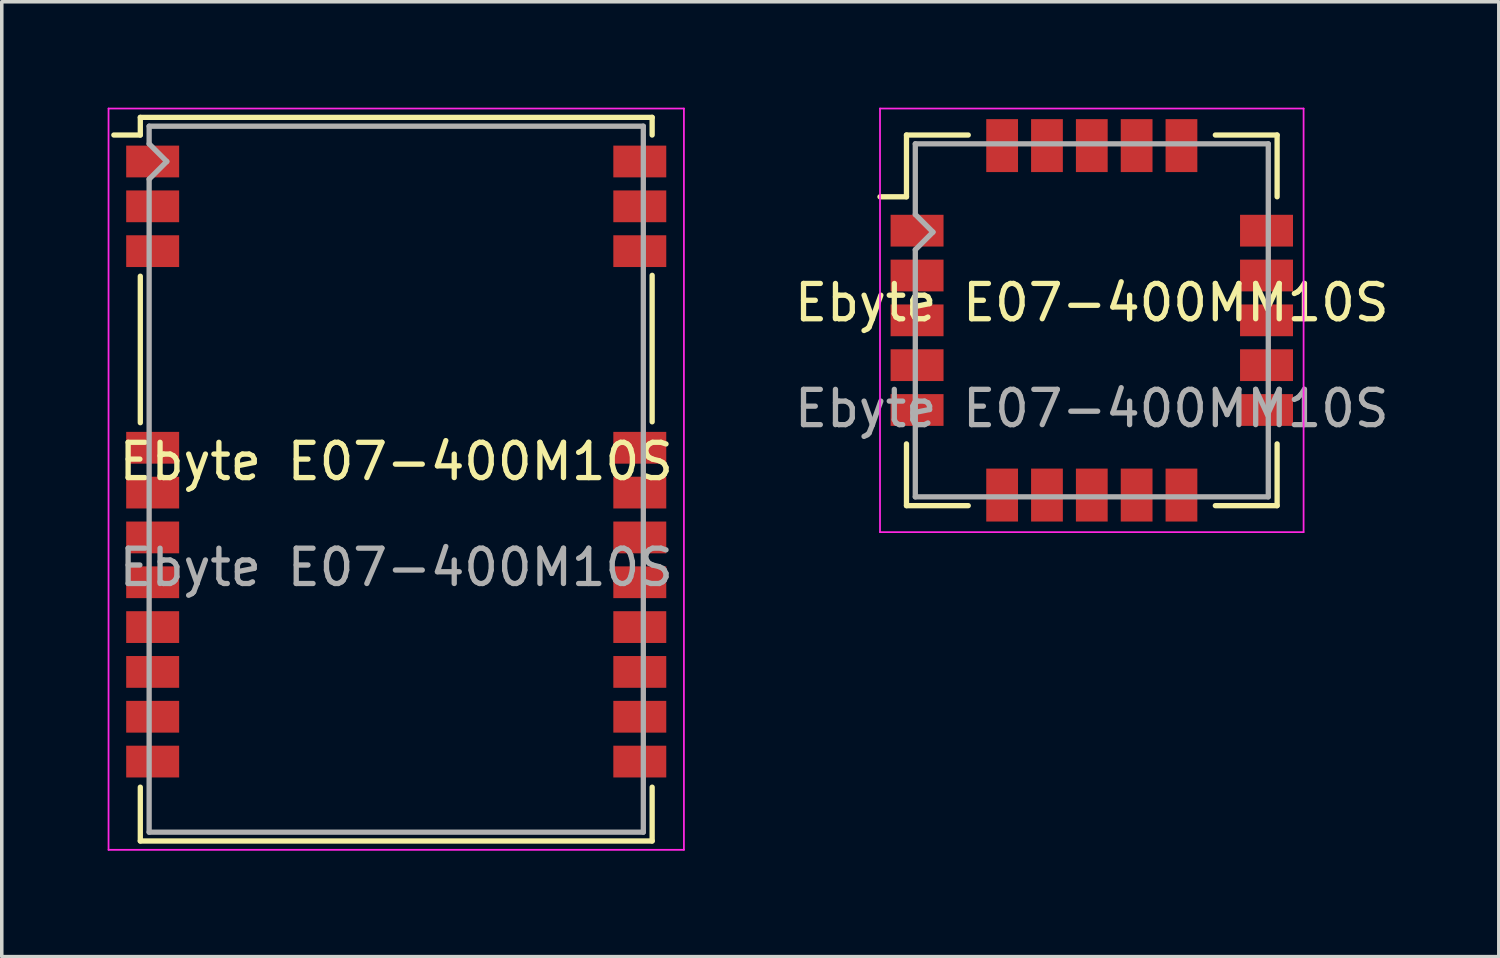
<source format=kicad_pcb>
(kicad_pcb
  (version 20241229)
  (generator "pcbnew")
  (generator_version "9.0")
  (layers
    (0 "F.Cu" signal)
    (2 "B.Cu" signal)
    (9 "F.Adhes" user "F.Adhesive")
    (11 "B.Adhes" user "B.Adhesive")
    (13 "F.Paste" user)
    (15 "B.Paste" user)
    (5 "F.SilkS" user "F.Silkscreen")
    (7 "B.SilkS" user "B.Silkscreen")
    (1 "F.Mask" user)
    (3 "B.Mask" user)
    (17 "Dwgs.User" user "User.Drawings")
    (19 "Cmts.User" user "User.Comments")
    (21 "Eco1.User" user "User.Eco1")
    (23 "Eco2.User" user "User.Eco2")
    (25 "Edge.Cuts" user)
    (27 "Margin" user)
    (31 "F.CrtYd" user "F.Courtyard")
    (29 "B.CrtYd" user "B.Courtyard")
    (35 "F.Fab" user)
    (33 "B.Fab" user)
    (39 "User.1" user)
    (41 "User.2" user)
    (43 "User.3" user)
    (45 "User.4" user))
  (footprint "Ebyte E07-400MM10S"
    (layer "F.Cu")
    (at 27.88 6.025)
    (property "Reference" "Ebyte E07-400MM10S" (at 0 -0.5 0) (unlocked yes) (layer "F.SilkS") (effects (font (size 1 1) (thickness 0.15))))
    (attr smd)
    (fp_line (start -6 -3.5) (end -5.25 -3.5) (stroke (width 0.15) (type solid)) (layer "F.SilkS"))
    (fp_line (start -5.25 -5.25) (end -5.25 -3.5) (stroke (width 0.15) (type solid)) (layer "F.SilkS"))
    (fp_line (start -5.25 -5.25) (end -3.5 -5.25) (stroke (width 0.15) (type solid)) (layer "F.SilkS"))
    (fp_line (start -5.25 5.25) (end -5.25 3.5) (stroke (width 0.15) (type solid)) (layer "F.SilkS"))
    (fp_line (start -5.25 5.25) (end -3.5 5.25) (stroke (width 0.15) (type solid)) (layer "F.SilkS"))
    (fp_line (start 5.25 -5.25) (end 3.5 -5.25) (stroke (width 0.15) (type solid)) (layer "F.SilkS"))
    (fp_line (start 5.25 -5.25) (end 5.25 -3.5) (stroke (width 0.15) (type solid)) (layer "F.SilkS"))
    (fp_line (start 5.25 5.25) (end 3.5 5.25) (stroke (width 0.15) (type solid)) (layer "F.SilkS"))
    (fp_line (start 5.25 5.25) (end 5.25 3.5) (stroke (width 0.15) (type solid)) (layer "F.SilkS"))
    (fp_line (start -6 -6) (end 6 -6) (stroke (width 0.05) (type solid)) (layer "F.CrtYd"))
    (fp_line (start -6 6) (end -6 -6) (stroke (width 0.05) (type solid)) (layer "F.CrtYd"))
    (fp_line (start 6 -6) (end 6 6) (stroke (width 0.05) (type solid)) (layer "F.CrtYd"))
    (fp_line (start 6 6) (end -6 6) (stroke (width 0.05) (type solid)) (layer "F.CrtYd"))
    (fp_line (start -5 -5) (end 5 -5) (stroke (width 0.15) (type solid)) (layer "F.Fab"))
    (fp_line (start -5 -3) (end -5 -5) (stroke (width 0.15) (type solid)) (layer "F.Fab"))
    (fp_line (start -5 -3) (end -4.5 -2.5) (stroke (width 0.15) (type solid)) (layer "F.Fab"))
    (fp_line (start -5 -2) (end -4.5 -2.5) (stroke (width 0.15) (type solid)) (layer "F.Fab"))
    (fp_line (start -5 5) (end -5 -2) (stroke (width 0.15) (type solid)) (layer "F.Fab"))
    (fp_line (start 5 -5) (end 5 5) (stroke (width 0.15) (type solid)) (layer "F.Fab"))
    (fp_line (start 5 5) (end -5 5) (stroke (width 0.15) (type solid)) (layer "F.Fab"))
    (fp_text user "${REFERENCE}" (at 0 2.5 0) (unlocked yes) (layer "F.Fab") (effects (font (size 1 1) (thickness 0.15))))
    (pad "1" smd rect (at -4.95 -2.54) (size 1.5 0.9) (layers "F.Cu" "F.Mask" "F.Paste"))
    (pad "2" smd rect (at -4.95 -1.27) (size 1.5 0.9) (layers "F.Cu" "F.Mask" "F.Paste"))
    (pad "3" smd rect (at -4.95 0) (size 1.5 0.9) (layers "F.Cu" "F.Mask" "F.Paste"))
    (pad "4" smd rect (at -4.95 1.27) (size 1.5 0.9) (layers "F.Cu" "F.Mask" "F.Paste"))
    (pad "5" smd rect (at -4.95 2.54) (size 1.5 0.9) (layers "F.Cu" "F.Mask" "F.Paste"))
    (pad "6" smd rect (at -2.54 4.95 90) (size 1.5 0.9) (layers "F.Cu" "F.Mask" "F.Paste"))
    (pad "7" smd rect (at -1.27 4.95 90) (size 1.5 0.9) (layers "F.Cu" "F.Mask" "F.Paste"))
    (pad "8" smd rect (at 0 4.95 90) (size 1.5 0.9) (layers "F.Cu" "F.Mask" "F.Paste"))
    (pad "9" smd rect (at 1.27 4.95 90) (size 1.5 0.9) (layers "F.Cu" "F.Mask" "F.Paste"))
    (pad "10" smd rect (at 2.54 4.95 90) (size 1.5 0.9) (layers "F.Cu" "F.Mask" "F.Paste"))
    (pad "11" smd rect (at 4.95 2.54) (size 1.5 0.9) (layers "F.Cu" "F.Mask" "F.Paste"))
    (pad "12" smd rect (at 4.95 1.27) (size 1.5 0.9) (layers "F.Cu" "F.Mask" "F.Paste"))
    (pad "13" smd rect (at 4.95 0) (size 1.5 0.9) (layers "F.Cu" "F.Mask" "F.Paste"))
    (pad "14" smd rect (at 4.95 -1.27) (size 1.5 0.9) (layers "F.Cu" "F.Mask" "F.Paste"))
    (pad "15" smd rect (at 4.95 -2.54) (size 1.5 0.9) (layers "F.Cu" "F.Mask" "F.Paste"))
    (pad "16" smd rect (at 2.54 -4.95 90) (size 1.5 0.9) (layers "F.Cu" "F.Mask" "F.Paste"))
    (pad "17" smd rect (at 1.27 -4.95 90) (size 1.5 0.9) (layers "F.Cu" "F.Mask" "F.Paste"))
    (pad "18" smd rect (at 0 -4.95 90) (size 1.5 0.9) (layers "F.Cu" "F.Mask" "F.Paste"))
    (pad "19" smd rect (at -1.27 -4.95 90) (size 1.5 0.9) (layers "F.Cu" "F.Mask" "F.Paste"))
    (pad "20" smd rect (at -2.54 -4.95 90) (size 1.5 0.9) (layers "F.Cu" "F.Mask" "F.Paste")))
  (footprint "Ebyte E07-400M10S"
    (layer "F.Cu")
    (at 8.175 10.525)
    (property "Reference" "Ebyte E07-400M10S" (at 0 -0.5 0) (unlocked yes) (layer "F.SilkS") (effects (font (size 1 1) (thickness 0.15))))
    (attr smd)
    (fp_line (start -8 -9.75) (end -7.25 -9.75) (stroke (width 0.15) (type solid)) (layer "F.SilkS"))
    (fp_line (start -7.25 -10.25) (end -7.25 -9.75) (stroke (width 0.15) (type solid)) (layer "F.SilkS"))
    (fp_line (start -7.25 -10.25) (end 7.25 -10.25) (stroke (width 0.15) (type solid)) (layer "F.SilkS"))
    (fp_line (start -7.25 -5.75) (end -7.25 -1.6) (stroke (width 0.15) (type solid)) (layer "F.SilkS"))
    (fp_line (start -7.25 8.725) (end -7.25 10.25) (stroke (width 0.15) (type solid)) (layer "F.SilkS"))
    (fp_line (start -7.25 10.25) (end 7.25 10.25) (stroke (width 0.15) (type solid)) (layer "F.SilkS"))
    (fp_line (start 7.25 -10.25) (end 7.25 -9.75) (stroke (width 0.15) (type solid)) (layer "F.SilkS"))
    (fp_line (start 7.25 -5.775) (end 7.25 -1.625) (stroke (width 0.15) (type solid)) (layer "F.SilkS"))
    (fp_line (start 7.25 8.725) (end 7.25 10.25) (stroke (width 0.15) (type solid)) (layer "F.SilkS"))
    (fp_line (start -8.15 -10.5) (end 8.15 -10.5) (stroke (width 0.05) (type solid)) (layer "F.CrtYd"))
    (fp_line (start -8.15 10.5) (end -8.15 -10.5) (stroke (width 0.05) (type solid)) (layer "F.CrtYd"))
    (fp_line (start -8.15 10.5) (end 8.15 10.5) (stroke (width 0.05) (type solid)) (layer "F.CrtYd"))
    (fp_line (start 8.15 10.5) (end 8.15 -10.5) (stroke (width 0.05) (type solid)) (layer "F.CrtYd"))
    (fp_line (start -7 -10) (end 7 -10) (stroke (width 0.15) (type solid)) (layer "F.Fab"))
    (fp_line (start -7 -9.5) (end -7 -10) (stroke (width 0.15) (type solid)) (layer "F.Fab"))
    (fp_line (start -7 -9.5) (end -6.5 -9) (stroke (width 0.15) (type solid)) (layer "F.Fab"))
    (fp_line (start -7 -8.5) (end -6.5 -9) (stroke (width 0.15) (type solid)) (layer "F.Fab"))
    (fp_line (start -7 10) (end -7 -8.5) (stroke (width 0.15) (type solid)) (layer "F.Fab"))
    (fp_line (start -7 10) (end 7 10) (stroke (width 0.15) (type solid)) (layer "F.Fab"))
    (fp_line (start 7 -10) (end 7 10) (stroke (width 0.15) (type solid)) (layer "F.Fab"))
    (fp_text user "${REFERENCE}" (at 0 2.5 0) (unlocked yes) (layer "F.Fab") (effects (font (size 1 1) (thickness 0.15))))
    (pad "1" smd rect (at -6.9 -9) (size 1.5 0.9) (layers "F.Cu" "F.Mask" "F.Paste"))
    (pad "2" smd rect (at -6.9 -7.73) (size 1.5 0.9) (layers "F.Cu" "F.Mask" "F.Paste"))
    (pad "3" smd rect (at -6.9 -6.46) (size 1.5 0.9) (layers "F.Cu" "F.Mask" "F.Paste"))
    (pad "4" smd rect (at -6.9 -0.89) (size 1.5 0.9) (layers "F.Cu" "F.Mask" "F.Paste"))
    (pad "5" smd rect (at -6.9 0.38) (size 1.5 0.9) (layers "F.Cu" "F.Mask" "F.Paste"))
    (pad "6" smd rect (at -6.9 1.65) (size 1.5 0.9) (layers "F.Cu" "F.Mask" "F.Paste"))
    (pad "7" smd rect (at -6.9 2.92) (size 1.5 0.9) (layers "F.Cu" "F.Mask" "F.Paste"))
    (pad "8" smd rect (at -6.9 4.19) (size 1.5 0.9) (layers "F.Cu" "F.Mask" "F.Paste"))
    (pad "9" smd rect (at -6.9 5.46) (size 1.5 0.9) (layers "F.Cu" "F.Mask" "F.Paste"))
    (pad "10" smd rect (at -6.9 6.73) (size 1.5 0.9) (layers "F.Cu" "F.Mask" "F.Paste"))
    (pad "11" smd rect (at -6.9 8) (size 1.5 0.9) (layers "F.Cu" "F.Mask" "F.Paste"))
    (pad "12" smd rect (at 6.9 8) (size 1.5 0.9) (layers "F.Cu" "F.Mask" "F.Paste"))
    (pad "13" smd rect (at 6.9 6.73) (size 1.5 0.9) (layers "F.Cu" "F.Mask" "F.Paste"))
    (pad "14" smd rect (at 6.9 5.46) (size 1.5 0.9) (layers "F.Cu" "F.Mask" "F.Paste"))
    (pad "15" smd rect (at 6.9 4.19) (size 1.5 0.9) (layers "F.Cu" "F.Mask" "F.Paste"))
    (pad "16" smd rect (at 6.9 2.92) (size 1.5 0.9) (layers "F.Cu" "F.Mask" "F.Paste"))
    (pad "17" smd rect (at 6.9 1.65) (size 1.5 0.9) (layers "F.Cu" "F.Mask" "F.Paste"))
    (pad "18" smd rect (at 6.9 0.38) (size 1.5 0.9) (layers "F.Cu" "F.Mask" "F.Paste"))
    (pad "19" smd rect (at 6.9 -0.89) (size 1.5 0.9) (layers "F.Cu" "F.Mask" "F.Paste"))
    (pad "20" smd rect (at 6.9 -6.46) (size 1.5 0.9) (layers "F.Cu" "F.Mask" "F.Paste"))
    (pad "21" smd rect (at 6.9 -7.73) (size 1.5 0.9) (layers "F.Cu" "F.Mask" "F.Paste"))
    (pad "22" smd rect (at 6.9 -9) (size 1.5 0.9) (layers "F.Cu" "F.Mask" "F.Paste")))
  (gr_rect
    (start -3 -3)
    (end 39.41 24.05)
    (stroke (width 0.1) (type default))
    (fill no)
    (layer "Edge.Cuts")))
</source>
